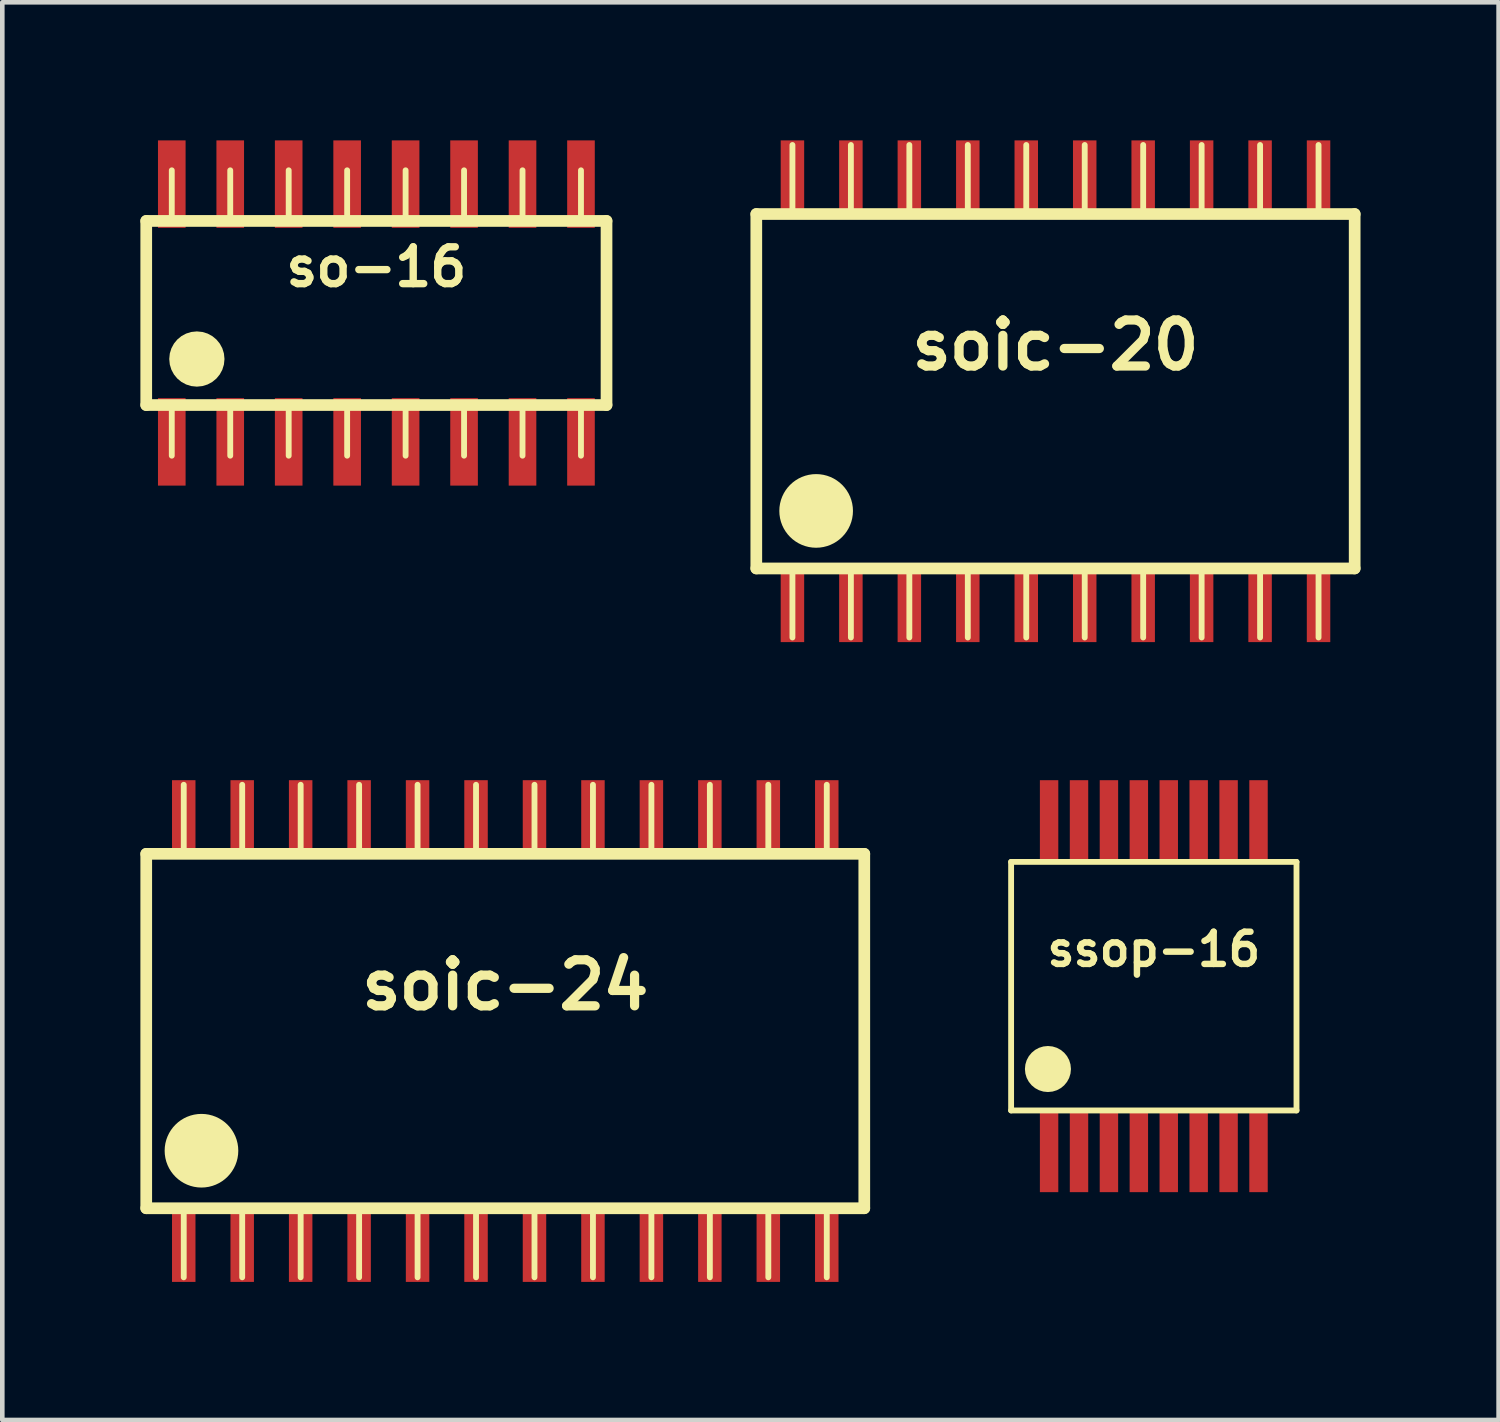
<source format=kicad_pcb>
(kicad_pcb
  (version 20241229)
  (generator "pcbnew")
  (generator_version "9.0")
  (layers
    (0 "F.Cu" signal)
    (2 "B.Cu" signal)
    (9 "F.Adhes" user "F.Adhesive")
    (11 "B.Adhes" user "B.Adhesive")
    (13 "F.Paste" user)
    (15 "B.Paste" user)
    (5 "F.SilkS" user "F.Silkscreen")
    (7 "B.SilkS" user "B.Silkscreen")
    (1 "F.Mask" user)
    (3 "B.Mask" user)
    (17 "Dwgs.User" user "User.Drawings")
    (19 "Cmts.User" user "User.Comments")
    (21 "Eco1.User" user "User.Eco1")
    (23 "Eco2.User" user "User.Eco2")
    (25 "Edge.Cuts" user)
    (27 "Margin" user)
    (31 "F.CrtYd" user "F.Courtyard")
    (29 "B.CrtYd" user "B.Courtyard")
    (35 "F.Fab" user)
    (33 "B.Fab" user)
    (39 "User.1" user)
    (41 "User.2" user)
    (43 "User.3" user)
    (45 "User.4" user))
  (footprint "so-16"
    (layer "F.Cu")
    (at 5.127 3.75)
    (property "Reference" "so-16" (at 0 -1 0) (layer "F.SilkS") (effects (font (size 0.8 0.8) (thickness 0.16))))
    (attr smd)
    (fp_line (start -5 -2) (end -5 2) (stroke (width 0.254) (type solid)) (layer "F.SilkS"))
    (fp_line (start -5 2) (end 5 2) (stroke (width 0.254) (type solid)) (layer "F.SilkS"))
    (fp_line (start -4.445 -3.1) (end -4.445 -2) (stroke (width 0.127) (type solid)) (layer "F.SilkS"))
    (fp_line (start -4.445 2) (end -4.445 3.1) (stroke (width 0.127) (type solid)) (layer "F.SilkS"))
    (fp_line (start -3.175 -2) (end -3.175 -3.1) (stroke (width 0.127) (type solid)) (layer "F.SilkS"))
    (fp_line (start -3.175 3.1) (end -3.175 2) (stroke (width 0.127) (type solid)) (layer "F.SilkS"))
    (fp_line (start -1.905 -2) (end -1.905 -3.1) (stroke (width 0.127) (type solid)) (layer "F.SilkS"))
    (fp_line (start -1.905 3.1) (end -1.905 2) (stroke (width 0.127) (type solid)) (layer "F.SilkS"))
    (fp_line (start -0.635 -2) (end -0.635 -3.1) (stroke (width 0.127) (type solid)) (layer "F.SilkS"))
    (fp_line (start -0.635 3.1) (end -0.635 2) (stroke (width 0.127) (type solid)) (layer "F.SilkS"))
    (fp_line (start 0.635 -2) (end 0.635 -3.1) (stroke (width 0.127) (type solid)) (layer "F.SilkS"))
    (fp_line (start 0.635 3.1) (end 0.635 2) (stroke (width 0.127) (type solid)) (layer "F.SilkS"))
    (fp_line (start 1.905 -3.1) (end 1.905 -2) (stroke (width 0.127) (type solid)) (layer "F.SilkS"))
    (fp_line (start 1.905 2) (end 1.905 3.1) (stroke (width 0.127) (type solid)) (layer "F.SilkS"))
    (fp_line (start 3.175 -3.1) (end 3.175 -2) (stroke (width 0.127) (type solid)) (layer "F.SilkS"))
    (fp_line (start 3.175 2) (end 3.175 3.1) (stroke (width 0.127) (type solid)) (layer "F.SilkS"))
    (fp_line (start 4.445 -3.1) (end 4.445 -2) (stroke (width 0.127) (type solid)) (layer "F.SilkS"))
    (fp_line (start 4.445 2) (end 4.445 3.1) (stroke (width 0.127) (type solid)) (layer "F.SilkS"))
    (fp_line (start 5 -2) (end -5 -2) (stroke (width 0.254) (type solid)) (layer "F.SilkS"))
    (fp_line (start 5 2) (end 5 -2) (stroke (width 0.254) (type solid)) (layer "F.SilkS"))
    (fp_circle (center -3.9 1) (end -3.6 1) (stroke (width 0.6) (type solid)) (fill no) (layer "F.SilkS"))
    (pad "1" smd rect (at -4.445 2.8) (size 0.6 1.9) (layers "F.Cu" "F.Mask" "F.Paste"))
    (pad "2" smd rect (at -3.175 2.8) (size 0.6 1.9) (layers "F.Cu" "F.Mask" "F.Paste"))
    (pad "3" smd rect (at -1.905 2.8) (size 0.6 1.9) (layers "F.Cu" "F.Mask" "F.Paste"))
    (pad "4" smd rect (at -0.635 2.8) (size 0.6 1.9) (layers "F.Cu" "F.Mask" "F.Paste"))
    (pad "5" smd rect (at 0.635 2.8) (size 0.6 1.9) (layers "F.Cu" "F.Mask" "F.Paste"))
    (pad "6" smd rect (at 1.905 2.8) (size 0.6 1.9) (layers "F.Cu" "F.Mask" "F.Paste"))
    (pad "7" smd rect (at 3.175 2.8) (size 0.6 1.9) (layers "F.Cu" "F.Mask" "F.Paste"))
    (pad "8" smd rect (at 4.445 2.8) (size 0.6 1.9) (layers "F.Cu" "F.Mask" "F.Paste"))
    (pad "9" smd rect (at 4.445 -2.8) (size 0.6 1.9) (layers "F.Cu" "F.Mask" "F.Paste"))
    (pad "10" smd rect (at 3.175 -2.8) (size 0.6 1.9) (layers "F.Cu" "F.Mask" "F.Paste"))
    (pad "11" smd rect (at 1.905 -2.8) (size 0.6 1.9) (layers "F.Cu" "F.Mask" "F.Paste"))
    (pad "12" smd rect (at 0.635 -2.8) (size 0.6 1.9) (layers "F.Cu" "F.Mask" "F.Paste"))
    (pad "13" smd rect (at -0.635 -2.8) (size 0.6 1.9) (layers "F.Cu" "F.Mask" "F.Paste"))
    (pad "14" smd rect (at -1.905 -2.8) (size 0.6 1.9) (layers "F.Cu" "F.Mask" "F.Paste"))
    (pad "15" smd rect (at -3.175 -2.8) (size 0.6 1.9) (layers "F.Cu" "F.Mask" "F.Paste"))
    (pad "16" smd rect (at -4.445 -2.8) (size 0.6 1.9) (layers "F.Cu" "F.Mask" "F.Paste")))
  (footprint "soic-24"
    (layer "F.Cu")
    (at 7.927 19.35)
    (property "Reference" "soic-24" (at 0 -1 0) (layer "F.SilkS") (effects (font (size 1 1) (thickness 0.2))))
    (attr smd)
    (fp_line (start -7.8 -3.85) (end -7.8 3.85) (stroke (width 0.254) (type solid)) (layer "F.SilkS"))
    (fp_line (start -7.8 3.85) (end 7.8 3.85) (stroke (width 0.254) (type solid)) (layer "F.SilkS"))
    (fp_line (start -6.985 -3.85) (end -6.985 -5.35) (stroke (width 0.127) (type solid)) (layer "F.SilkS"))
    (fp_line (start -6.985 5.35) (end -6.985 3.85) (stroke (width 0.127) (type solid)) (layer "F.SilkS"))
    (fp_line (start -5.715 -3.85) (end -5.715 -5.35) (stroke (width 0.127) (type solid)) (layer "F.SilkS"))
    (fp_line (start -5.715 5.35) (end -5.715 3.85) (stroke (width 0.127) (type solid)) (layer "F.SilkS"))
    (fp_line (start -4.445 -3.85) (end -4.445 -5.35) (stroke (width 0.127) (type solid)) (layer "F.SilkS"))
    (fp_line (start -4.445 3.85) (end -4.445 5.35) (stroke (width 0.127) (type solid)) (layer "F.SilkS"))
    (fp_line (start -3.175 -3.85) (end -3.175 -5.35) (stroke (width 0.127) (type solid)) (layer "F.SilkS"))
    (fp_line (start -3.175 5.35) (end -3.175 3.85) (stroke (width 0.127) (type solid)) (layer "F.SilkS"))
    (fp_line (start -1.905 -5.35) (end -1.905 -3.85) (stroke (width 0.127) (type solid)) (layer "F.SilkS"))
    (fp_line (start -1.905 5.35) (end -1.905 3.85) (stroke (width 0.127) (type solid)) (layer "F.SilkS"))
    (fp_line (start -0.635 -5.35) (end -0.635 -3.85) (stroke (width 0.127) (type solid)) (layer "F.SilkS"))
    (fp_line (start -0.635 5.35) (end -0.635 3.85) (stroke (width 0.127) (type solid)) (layer "F.SilkS"))
    (fp_line (start 0.635 -5.35) (end 0.635 -3.85) (stroke (width 0.127) (type solid)) (layer "F.SilkS"))
    (fp_line (start 0.635 5.35) (end 0.635 3.85) (stroke (width 0.127) (type solid)) (layer "F.SilkS"))
    (fp_line (start 1.905 -3.85) (end 1.905 -5.35) (stroke (width 0.127) (type solid)) (layer "F.SilkS"))
    (fp_line (start 1.905 3.85) (end 1.905 5.35) (stroke (width 0.127) (type solid)) (layer "F.SilkS"))
    (fp_line (start 3.175 -3.85) (end 3.175 -5.35) (stroke (width 0.127) (type solid)) (layer "F.SilkS"))
    (fp_line (start 3.175 3.85) (end 3.175 5.35) (stroke (width 0.127) (type solid)) (layer "F.SilkS"))
    (fp_line (start 4.445 -3.85) (end 4.445 -5.35) (stroke (width 0.127) (type solid)) (layer "F.SilkS"))
    (fp_line (start 4.445 3.85) (end 4.445 5.35) (stroke (width 0.127) (type solid)) (layer "F.SilkS"))
    (fp_line (start 5.715 -5.35) (end 5.715 -3.85) (stroke (width 0.127) (type solid)) (layer "F.SilkS"))
    (fp_line (start 5.715 3.85) (end 5.715 5.35) (stroke (width 0.127) (type solid)) (layer "F.SilkS"))
    (fp_line (start 6.985 -5.35) (end 6.985 -3.85) (stroke (width 0.127) (type solid)) (layer "F.SilkS"))
    (fp_line (start 6.985 3.85) (end 6.985 5.35) (stroke (width 0.127) (type solid)) (layer "F.SilkS"))
    (fp_line (start 7.8 -3.85) (end -7.8 -3.85) (stroke (width 0.254) (type solid)) (layer "F.SilkS"))
    (fp_line (start 7.8 3.85) (end 7.8 -3.85) (stroke (width 0.254) (type solid)) (layer "F.SilkS"))
    (fp_circle (center -6.6 2.6) (end -6.2 2.6) (stroke (width 0.8) (type solid)) (fill no) (layer "F.SilkS"))
    (pad "1" smd rect (at -6.985 4.7) (size 0.51 1.5) (layers "F.Cu" "F.Mask" "F.Paste"))
    (pad "2" smd rect (at -5.715 4.7) (size 0.51 1.5) (layers "F.Cu" "F.Mask" "F.Paste"))
    (pad "3" smd rect (at -4.445 4.7) (size 0.51 1.5) (layers "F.Cu" "F.Mask" "F.Paste"))
    (pad "4" smd rect (at -3.175 4.7) (size 0.51 1.5) (layers "F.Cu" "F.Mask" "F.Paste"))
    (pad "5" smd rect (at -1.905 4.7) (size 0.51 1.5) (layers "F.Cu" "F.Mask" "F.Paste"))
    (pad "6" smd rect (at -0.635 4.7) (size 0.51 1.5) (layers "F.Cu" "F.Mask" "F.Paste"))
    (pad "7" smd rect (at 0.635 4.7) (size 0.51 1.5) (layers "F.Cu" "F.Mask" "F.Paste"))
    (pad "8" smd rect (at 1.905 4.7) (size 0.51 1.5) (layers "F.Cu" "F.Mask" "F.Paste"))
    (pad "9" smd rect (at 3.175 4.7) (size 0.51 1.5) (layers "F.Cu" "F.Mask" "F.Paste"))
    (pad "10" smd rect (at 4.445 4.7) (size 0.51 1.5) (layers "F.Cu" "F.Mask" "F.Paste"))
    (pad "11" smd rect (at 5.715 4.7) (size 0.51 1.5) (layers "F.Cu" "F.Mask" "F.Paste"))
    (pad "12" smd rect (at 6.985 4.7) (size 0.51 1.5) (layers "F.Cu" "F.Mask" "F.Paste"))
    (pad "13" smd rect (at 6.985 -4.7) (size 0.51 1.5) (layers "F.Cu" "F.Mask" "F.Paste"))
    (pad "14" smd rect (at 5.715 -4.7) (size 0.51 1.5) (layers "F.Cu" "F.Mask" "F.Paste"))
    (pad "15" smd rect (at 4.445 -4.7) (size 0.51 1.5) (layers "F.Cu" "F.Mask" "F.Paste"))
    (pad "16" smd rect (at 3.175 -4.7) (size 0.51 1.5) (layers "F.Cu" "F.Mask" "F.Paste"))
    (pad "17" smd rect (at 1.905 -4.7) (size 0.51 1.5) (layers "F.Cu" "F.Mask" "F.Paste"))
    (pad "18" smd rect (at 0.635 -4.7) (size 0.51 1.5) (layers "F.Cu" "F.Mask" "F.Paste"))
    (pad "19" smd rect (at -0.635 -4.7) (size 0.51 1.5) (layers "F.Cu" "F.Mask" "F.Paste"))
    (pad "20" smd rect (at -1.905 -4.7) (size 0.51 1.5) (layers "F.Cu" "F.Mask" "F.Paste"))
    (pad "21" smd rect (at -3.175 -4.7) (size 0.51 1.5) (layers "F.Cu" "F.Mask" "F.Paste"))
    (pad "22" smd rect (at -4.445 -4.7) (size 0.51 1.5) (layers "F.Cu" "F.Mask" "F.Paste"))
    (pad "23" smd rect (at -5.715 -4.7) (size 0.51 1.5) (layers "F.Cu" "F.Mask" "F.Paste"))
    (pad "24" smd rect (at -6.985 -4.7) (size 0.51 1.5) (layers "F.Cu" "F.Mask" "F.Paste")))
  (footprint "soic-20"
    (layer "F.Cu")
    (at 19.881 5.45)
    (property "Reference" "soic-20" (at 0 -1 0) (layer "F.SilkS") (effects (font (size 1 1) (thickness 0.2))))
    (attr smd)
    (fp_line (start -6.5 -3.85) (end -6.5 3.85) (stroke (width 0.254) (type solid)) (layer "F.SilkS"))
    (fp_line (start -6.5 3.85) (end 6.5 3.85) (stroke (width 0.254) (type solid)) (layer "F.SilkS"))
    (fp_line (start -5.715 -3.85) (end -5.715 -5.35) (stroke (width 0.127) (type solid)) (layer "F.SilkS"))
    (fp_line (start -5.715 5.35) (end -5.715 3.85) (stroke (width 0.127) (type solid)) (layer "F.SilkS"))
    (fp_line (start -4.445 -3.85) (end -4.445 -5.35) (stroke (width 0.127) (type solid)) (layer "F.SilkS"))
    (fp_line (start -4.445 3.85) (end -4.445 5.35) (stroke (width 0.127) (type solid)) (layer "F.SilkS"))
    (fp_line (start -3.175 -3.85) (end -3.175 -5.35) (stroke (width 0.127) (type solid)) (layer "F.SilkS"))
    (fp_line (start -3.175 5.35) (end -3.175 3.85) (stroke (width 0.127) (type solid)) (layer "F.SilkS"))
    (fp_line (start -1.905 -5.35) (end -1.905 -3.85) (stroke (width 0.127) (type solid)) (layer "F.SilkS"))
    (fp_line (start -1.905 5.35) (end -1.905 3.85) (stroke (width 0.127) (type solid)) (layer "F.SilkS"))
    (fp_line (start -0.635 -5.35) (end -0.635 -3.85) (stroke (width 0.127) (type solid)) (layer "F.SilkS"))
    (fp_line (start -0.635 5.35) (end -0.635 3.85) (stroke (width 0.127) (type solid)) (layer "F.SilkS"))
    (fp_line (start 0.635 -5.35) (end 0.635 -3.85) (stroke (width 0.127) (type solid)) (layer "F.SilkS"))
    (fp_line (start 0.635 5.35) (end 0.635 3.85) (stroke (width 0.127) (type solid)) (layer "F.SilkS"))
    (fp_line (start 1.905 -3.85) (end 1.905 -5.35) (stroke (width 0.127) (type solid)) (layer "F.SilkS"))
    (fp_line (start 1.905 3.85) (end 1.905 5.35) (stroke (width 0.127) (type solid)) (layer "F.SilkS"))
    (fp_line (start 3.175 -3.85) (end 3.175 -5.35) (stroke (width 0.127) (type solid)) (layer "F.SilkS"))
    (fp_line (start 3.175 3.85) (end 3.175 5.35) (stroke (width 0.127) (type solid)) (layer "F.SilkS"))
    (fp_line (start 4.445 -3.85) (end 4.445 -5.35) (stroke (width 0.127) (type solid)) (layer "F.SilkS"))
    (fp_line (start 4.445 3.85) (end 4.445 5.35) (stroke (width 0.127) (type solid)) (layer "F.SilkS"))
    (fp_line (start 5.715 -5.35) (end 5.715 -3.85) (stroke (width 0.127) (type solid)) (layer "F.SilkS"))
    (fp_line (start 5.715 3.85) (end 5.715 5.35) (stroke (width 0.127) (type solid)) (layer "F.SilkS"))
    (fp_line (start 6.5 -3.85) (end -6.5 -3.85) (stroke (width 0.254) (type solid)) (layer "F.SilkS"))
    (fp_line (start 6.5 3.85) (end 6.5 -3.85) (stroke (width 0.254) (type solid)) (layer "F.SilkS"))
    (fp_circle (center -5.2 2.6) (end -4.8 2.6) (stroke (width 0.8) (type solid)) (fill no) (layer "F.SilkS"))
    (pad "1" smd rect (at -5.715 4.7) (size 0.51 1.5) (layers "F.Cu" "F.Mask" "F.Paste"))
    (pad "2" smd rect (at -4.445 4.7) (size 0.51 1.5) (layers "F.Cu" "F.Mask" "F.Paste"))
    (pad "3" smd rect (at -3.175 4.7) (size 0.51 1.5) (layers "F.Cu" "F.Mask" "F.Paste"))
    (pad "4" smd rect (at -1.905 4.7) (size 0.51 1.5) (layers "F.Cu" "F.Mask" "F.Paste"))
    (pad "5" smd rect (at -0.635 4.7) (size 0.51 1.5) (layers "F.Cu" "F.Mask" "F.Paste"))
    (pad "6" smd rect (at 0.635 4.7) (size 0.51 1.5) (layers "F.Cu" "F.Mask" "F.Paste"))
    (pad "7" smd rect (at 1.905 4.7) (size 0.51 1.5) (layers "F.Cu" "F.Mask" "F.Paste"))
    (pad "8" smd rect (at 3.175 4.7) (size 0.51 1.5) (layers "F.Cu" "F.Mask" "F.Paste"))
    (pad "9" smd rect (at 4.445 4.7) (size 0.51 1.5) (layers "F.Cu" "F.Mask" "F.Paste"))
    (pad "10" smd rect (at 5.715 4.7) (size 0.51 1.5) (layers "F.Cu" "F.Mask" "F.Paste"))
    (pad "11" smd rect (at 5.715 -4.7) (size 0.51 1.5) (layers "F.Cu" "F.Mask" "F.Paste"))
    (pad "12" smd rect (at 4.445 -4.7) (size 0.51 1.5) (layers "F.Cu" "F.Mask" "F.Paste"))
    (pad "13" smd rect (at 3.175 -4.7) (size 0.51 1.5) (layers "F.Cu" "F.Mask" "F.Paste"))
    (pad "14" smd rect (at 1.905 -4.7) (size 0.51 1.5) (layers "F.Cu" "F.Mask" "F.Paste"))
    (pad "15" smd rect (at 0.635 -4.7) (size 0.51 1.5) (layers "F.Cu" "F.Mask" "F.Paste"))
    (pad "16" smd rect (at -0.635 -4.7) (size 0.51 1.5) (layers "F.Cu" "F.Mask" "F.Paste"))
    (pad "17" smd rect (at -1.905 -4.7) (size 0.51 1.5) (layers "F.Cu" "F.Mask" "F.Paste"))
    (pad "18" smd rect (at -3.175 -4.7) (size 0.51 1.5) (layers "F.Cu" "F.Mask" "F.Paste"))
    (pad "19" smd rect (at -4.445 -4.7) (size 0.51 1.5) (layers "F.Cu" "F.Mask" "F.Paste"))
    (pad "20" smd rect (at -5.715 -4.7) (size 0.51 1.5) (layers "F.Cu" "F.Mask" "F.Paste")))
  (footprint "ssop-16"
    (layer "F.Cu")
    (at 22.017 18.375)
    (property "Reference" "ssop-16" (at 0 -0.8 0) (layer "F.SilkS") (effects (font (size 0.7 0.7) (thickness 0.14))))
    (attr smd)
    (fp_line (start -3.1 -2.7) (end 3.1 -2.7) (stroke (width 0.127) (type solid)) (layer "F.SilkS"))
    (fp_line (start -3.1 2.7) (end -3.1 -2.7) (stroke (width 0.127) (type solid)) (layer "F.SilkS"))
    (fp_line (start 3.1 -2.7) (end 3.1 2.7) (stroke (width 0.127) (type solid)) (layer "F.SilkS"))
    (fp_line (start 3.1 2.7) (end -3.1 2.7) (stroke (width 0.127) (type solid)) (layer "F.SilkS"))
    (fp_circle (center -2.3 1.8) (end -2.05 1.8) (stroke (width 0.5) (type solid)) (fill no) (layer "F.SilkS"))
    (pad "1" smd rect (at -2.275 3.6) (size 0.4 1.75) (layers "F.Cu" "F.Mask" "F.Paste"))
    (pad "2" smd rect (at -1.625 3.6) (size 0.4 1.75) (layers "F.Cu" "F.Mask" "F.Paste"))
    (pad "3" smd rect (at -0.975 3.6) (size 0.4 1.75) (layers "F.Cu" "F.Mask" "F.Paste"))
    (pad "4" smd rect (at -0.325 3.6) (size 0.4 1.75) (layers "F.Cu" "F.Mask" "F.Paste"))
    (pad "5" smd rect (at 0.325 3.6) (size 0.4 1.75) (layers "F.Cu" "F.Mask" "F.Paste"))
    (pad "6" smd rect (at 0.975 3.6) (size 0.4 1.75) (layers "F.Cu" "F.Mask" "F.Paste"))
    (pad "7" smd rect (at 1.625 3.6) (size 0.4 1.75) (layers "F.Cu" "F.Mask" "F.Paste"))
    (pad "8" smd rect (at 2.275 3.6) (size 0.4 1.75) (layers "F.Cu" "F.Mask" "F.Paste"))
    (pad "9" smd rect (at 2.275 -3.6) (size 0.4 1.75) (layers "F.Cu" "F.Mask" "F.Paste"))
    (pad "10" smd rect (at 1.625 -3.6) (size 0.4 1.75) (layers "F.Cu" "F.Mask" "F.Paste"))
    (pad "11" smd rect (at 0.975 -3.6) (size 0.4 1.75) (layers "F.Cu" "F.Mask" "F.Paste"))
    (pad "12" smd rect (at 0.325 -3.6) (size 0.4 1.75) (layers "F.Cu" "F.Mask" "F.Paste"))
    (pad "13" smd rect (at -0.325 -3.6) (size 0.4 1.75) (layers "F.Cu" "F.Mask" "F.Paste"))
    (pad "14" smd rect (at -0.975 -3.6) (size 0.4 1.75) (layers "F.Cu" "F.Mask" "F.Paste"))
    (pad "15" smd rect (at -1.625 -3.6) (size 0.4 1.75) (layers "F.Cu" "F.Mask" "F.Paste"))
    (pad "16" smd rect (at -2.275 -3.6) (size 0.4 1.75) (layers "F.Cu" "F.Mask" "F.Paste")))
  (gr_rect
    (start -3 -3)
    (end 29.508 27.8)
    (stroke (width 0.1) (type default))
    (fill no)
    (layer "Edge.Cuts")))
</source>
